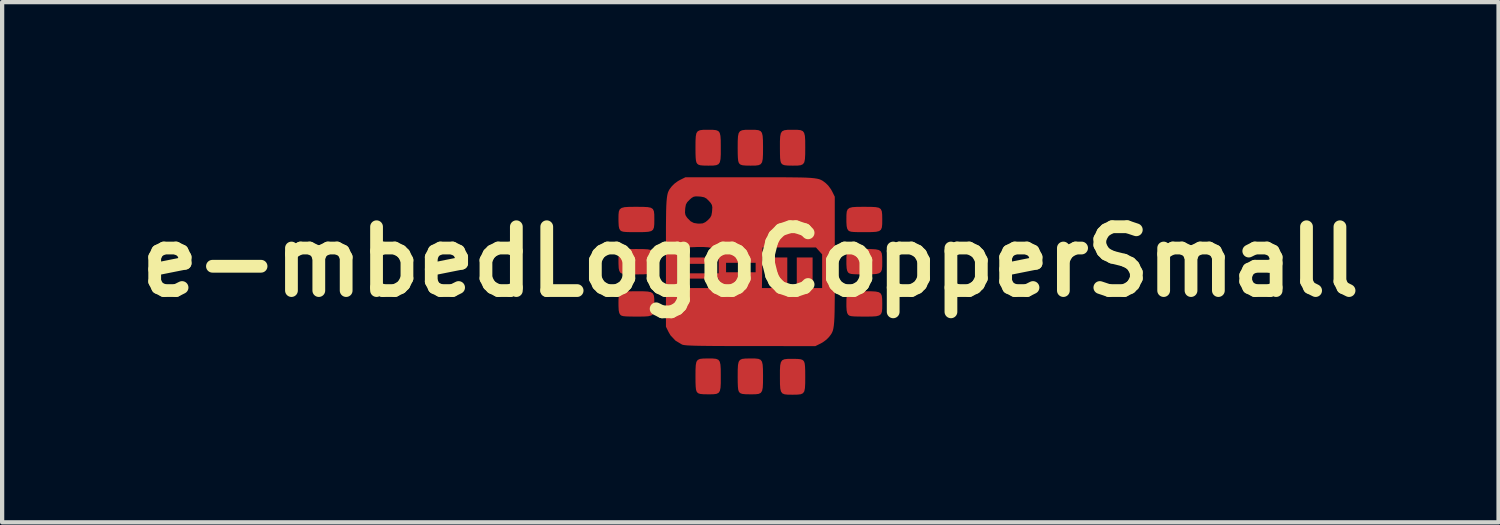
<source format=kicad_pcb>
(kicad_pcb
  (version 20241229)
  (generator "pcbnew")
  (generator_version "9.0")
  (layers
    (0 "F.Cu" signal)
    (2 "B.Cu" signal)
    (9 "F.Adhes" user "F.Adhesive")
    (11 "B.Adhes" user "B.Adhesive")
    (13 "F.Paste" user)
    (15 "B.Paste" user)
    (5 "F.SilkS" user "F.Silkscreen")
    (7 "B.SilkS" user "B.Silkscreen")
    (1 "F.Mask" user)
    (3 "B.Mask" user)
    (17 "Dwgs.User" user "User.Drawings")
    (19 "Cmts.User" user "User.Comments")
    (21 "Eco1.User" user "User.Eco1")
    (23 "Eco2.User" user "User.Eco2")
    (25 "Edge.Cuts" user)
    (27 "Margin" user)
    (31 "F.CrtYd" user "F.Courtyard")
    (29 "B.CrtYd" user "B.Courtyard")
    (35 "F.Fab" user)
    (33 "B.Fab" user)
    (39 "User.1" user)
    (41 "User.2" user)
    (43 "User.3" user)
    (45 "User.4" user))
  (footprint "e-mbedLogoCopperSmall"
    (layer "F.Cu")
    (at 14.586 3.101)
    (property "Reference" "e-mbedLogoCopperSmall" (at 0 0 0) (layer "F.SilkS") (effects (font (size 1.5 1.5) (thickness 0.3))))
    (attr board_only exclude_from_pos_files exclude_from_bom)
    (fp_poly (pts (xy -0.967 -0.025) (xy -0.967 0.05) (xy -1.228 0.05) (xy -1.488 0.05) (xy -1.488 -0.025) (xy -1.488 -0.099) (xy -1.228 -0.099) (xy -0.967 -0.099)) (stroke (width 0) (type solid)) (fill yes) (layer "F.Cu"))
    (fp_poly (pts (xy -2.521 -1.289) (xy -2.411 -1.283) (xy -2.337 -1.268) (xy -2.291 -1.237) (xy -2.267 -1.186) (xy -2.258 -1.11) (xy -2.257 -1.003) (xy -2.257 -0.988) (xy -2.258 -0.882) (xy -2.266 -0.805) (xy -2.288 -0.752) (xy -2.33 -0.72) (xy -2.4 -0.703) (xy -2.505 -0.696) (xy -2.651 -0.695) (xy -2.683 -0.695) (xy -2.821 -0.695) (xy -2.917 -0.698) (xy -2.982 -0.704) (xy -3.023 -0.715) (xy -3.05 -0.731) (xy -3.059 -0.74) (xy -3.081 -0.777) (xy -3.094 -0.838) (xy -3.099 -0.932) (xy -3.1 -0.996) (xy -3.099 -1.103) (xy -3.091 -1.18) (xy -3.069 -1.232) (xy -3.026 -1.264) (xy -2.956 -1.282) (xy -2.852 -1.289) (xy -2.705 -1.29) (xy -2.674 -1.29)) (stroke (width 0) (type solid)) (fill yes) (layer "F.Cu"))
    (fp_poly (pts (xy -2.521 -0.297) (xy -2.411 -0.291) (xy -2.337 -0.275) (xy -2.291 -0.244) (xy -2.267 -0.194) (xy -2.258 -0.117) (xy -2.257 -0.011) (xy -2.257 0.004) (xy -2.258 0.111) (xy -2.266 0.188) (xy -2.288 0.24) (xy -2.33 0.272) (xy -2.4 0.289) (xy -2.505 0.296) (xy -2.651 0.298) (xy -2.683 0.298) (xy -2.821 0.297) (xy -2.917 0.294) (xy -2.982 0.288) (xy -3.023 0.277) (xy -3.05 0.262) (xy -3.059 0.252) (xy -3.081 0.215) (xy -3.094 0.154) (xy -3.099 0.06) (xy -3.1 -0.004) (xy -3.099 -0.111) (xy -3.091 -0.188) (xy -3.069 -0.24) (xy -3.026 -0.272) (xy -2.956 -0.289) (xy -2.852 -0.296) (xy -2.705 -0.298) (xy -2.674 -0.298)) (stroke (width 0) (type solid)) (fill yes) (layer "F.Cu"))
    (fp_poly (pts (xy -2.521 0.695) (xy -2.411 0.701) (xy -2.337 0.717) (xy -2.291 0.748) (xy -2.267 0.799) (xy -2.258 0.875) (xy -2.257 0.981) (xy -2.257 0.996) (xy -2.258 1.103) (xy -2.266 1.18) (xy -2.288 1.232) (xy -2.33 1.264) (xy -2.4 1.282) (xy -2.505 1.289) (xy -2.651 1.29) (xy -2.683 1.29) (xy -2.821 1.289) (xy -2.917 1.286) (xy -2.982 1.28) (xy -3.023 1.27) (xy -3.05 1.254) (xy -3.059 1.244) (xy -3.081 1.207) (xy -3.094 1.146) (xy -3.099 1.053) (xy -3.1 0.988) (xy -3.099 0.882) (xy -3.091 0.805) (xy -3.069 0.752) (xy -3.026 0.72) (xy -2.956 0.703) (xy -2.852 0.696) (xy -2.705 0.695) (xy -2.674 0.695)) (stroke (width 0) (type solid)) (fill yes) (layer "F.Cu"))
    (fp_poly (pts (xy -0.882 -3.1) (xy -0.805 -3.092) (xy -0.752 -3.07) (xy -0.72 -3.028) (xy -0.703 -2.957) (xy -0.696 -2.853) (xy -0.695 -2.706) (xy -0.695 -2.675) (xy -0.695 -2.523) (xy -0.701 -2.413) (xy -0.717 -2.338) (xy -0.748 -2.293) (xy -0.799 -2.269) (xy -0.875 -2.259) (xy -0.981 -2.258) (xy -0.996 -2.258) (xy -1.106 -2.26) (xy -1.177 -2.267) (xy -1.221 -2.281) (xy -1.249 -2.303) (xy -1.266 -2.33) (xy -1.278 -2.372) (xy -1.285 -2.438) (xy -1.289 -2.536) (xy -1.29 -2.675) (xy -1.29 -2.684) (xy -1.289 -2.836) (xy -1.283 -2.946) (xy -1.268 -3.021) (xy -1.237 -3.066) (xy -1.186 -3.09) (xy -1.11 -3.1) (xy -1.003 -3.101) (xy -0.988 -3.101)) (stroke (width 0) (type solid)) (fill yes) (layer "F.Cu"))
    (fp_poly (pts (xy -0.882 2.275) (xy -0.805 2.283) (xy -0.752 2.305) (xy -0.72 2.348) (xy -0.703 2.418) (xy -0.696 2.522) (xy -0.695 2.669) (xy -0.695 2.7) (xy -0.695 2.853) (xy -0.701 2.963) (xy -0.717 3.037) (xy -0.748 3.083) (xy -0.799 3.107) (xy -0.875 3.116) (xy -0.981 3.117) (xy -0.996 3.117) (xy -1.106 3.115) (xy -1.177 3.108) (xy -1.221 3.094) (xy -1.249 3.072) (xy -1.266 3.045) (xy -1.278 3.003) (xy -1.285 2.937) (xy -1.289 2.839) (xy -1.29 2.7) (xy -1.29 2.691) (xy -1.289 2.539) (xy -1.283 2.429) (xy -1.268 2.354) (xy -1.237 2.309) (xy -1.186 2.285) (xy -1.11 2.276) (xy -1.003 2.274) (xy -0.988 2.274)) (stroke (width 0) (type solid)) (fill yes) (layer "F.Cu"))
    (fp_poly (pts (xy 0.111 -3.1) (xy 0.188 -3.092) (xy 0.24 -3.07) (xy 0.272 -3.028) (xy 0.289 -2.957) (xy 0.296 -2.853) (xy 0.298 -2.706) (xy 0.298 -2.675) (xy 0.297 -2.523) (xy 0.291 -2.413) (xy 0.275 -2.338) (xy 0.244 -2.293) (xy 0.194 -2.269) (xy 0.117 -2.259) (xy 0.011 -2.258) (xy -0.004 -2.258) (xy -0.114 -2.26) (xy -0.185 -2.267) (xy -0.229 -2.281) (xy -0.257 -2.303) (xy -0.274 -2.33) (xy -0.286 -2.372) (xy -0.293 -2.438) (xy -0.297 -2.536) (xy -0.298 -2.675) (xy -0.298 -2.684) (xy -0.297 -2.836) (xy -0.291 -2.946) (xy -0.275 -3.021) (xy -0.244 -3.066) (xy -0.194 -3.09) (xy -0.117 -3.1) (xy -0.011 -3.101) (xy 0.004 -3.101)) (stroke (width 0) (type solid)) (fill yes) (layer "F.Cu"))
    (fp_poly (pts (xy 0.111 2.275) (xy 0.188 2.283) (xy 0.24 2.305) (xy 0.272 2.348) (xy 0.289 2.418) (xy 0.296 2.522) (xy 0.298 2.669) (xy 0.298 2.7) (xy 0.297 2.853) (xy 0.291 2.963) (xy 0.275 3.037) (xy 0.244 3.083) (xy 0.194 3.107) (xy 0.117 3.116) (xy 0.011 3.117) (xy -0.004 3.117) (xy -0.114 3.115) (xy -0.185 3.108) (xy -0.229 3.094) (xy -0.257 3.072) (xy -0.274 3.045) (xy -0.286 3.003) (xy -0.293 2.937) (xy -0.297 2.839) (xy -0.298 2.7) (xy -0.298 2.691) (xy -0.297 2.539) (xy -0.291 2.429) (xy -0.275 2.354) (xy -0.244 2.309) (xy -0.194 2.285) (xy -0.117 2.276) (xy -0.011 2.274) (xy 0.004 2.274)) (stroke (width 0) (type solid)) (fill yes) (layer "F.Cu"))
    (fp_poly (pts (xy 0.882 3.125) (xy 0.805 3.117) (xy 0.752 3.095) (xy 0.72 3.052) (xy 0.703 2.982) (xy 0.696 2.878) (xy 0.695 2.731) (xy 0.695 2.7) (xy 0.695 2.547) (xy 0.701 2.437) (xy 0.717 2.363) (xy 0.748 2.317) (xy 0.799 2.293) (xy 0.875 2.284) (xy 0.981 2.283) (xy 0.996 2.283) (xy 1.106 2.285) (xy 1.177 2.292) (xy 1.221 2.306) (xy 1.249 2.328) (xy 1.266 2.355) (xy 1.278 2.397) (xy 1.285 2.463) (xy 1.289 2.561) (xy 1.29 2.7) (xy 1.29 2.709) (xy 1.289 2.861) (xy 1.283 2.971) (xy 1.268 3.046) (xy 1.237 3.091) (xy 1.186 3.115) (xy 1.11 3.124) (xy 1.003 3.126) (xy 0.988 3.126)) (stroke (width 0) (type solid)) (fill yes) (layer "F.Cu"))
    (fp_poly (pts (xy 1.103 -3.1) (xy 1.18 -3.092) (xy 1.232 -3.07) (xy 1.264 -3.028) (xy 1.282 -2.957) (xy 1.289 -2.853) (xy 1.29 -2.706) (xy 1.29 -2.675) (xy 1.289 -2.523) (xy 1.283 -2.413) (xy 1.268 -2.338) (xy 1.237 -2.293) (xy 1.186 -2.269) (xy 1.11 -2.259) (xy 1.003 -2.258) (xy 0.988 -2.258) (xy 0.879 -2.26) (xy 0.808 -2.267) (xy 0.763 -2.281) (xy 0.736 -2.303) (xy 0.718 -2.33) (xy 0.707 -2.372) (xy 0.699 -2.438) (xy 0.696 -2.536) (xy 0.695 -2.675) (xy 0.695 -2.684) (xy 0.695 -2.836) (xy 0.701 -2.946) (xy 0.717 -3.021) (xy 0.748 -3.066) (xy 0.799 -3.09) (xy 0.875 -3.1) (xy 0.981 -3.101) (xy 0.996 -3.101)) (stroke (width 0) (type solid)) (fill yes) (layer "F.Cu"))
    (fp_poly (pts (xy 2.835 -1.289) (xy 2.945 -1.283) (xy 3.02 -1.268) (xy 3.065 -1.237) (xy 3.089 -1.186) (xy 3.098 -1.11) (xy 3.1 -1.003) (xy 3.1 -0.988) (xy 3.099 -0.882) (xy 3.091 -0.805) (xy 3.069 -0.752) (xy 3.026 -0.72) (xy 2.956 -0.703) (xy 2.852 -0.696) (xy 2.705 -0.695) (xy 2.674 -0.695) (xy 2.536 -0.695) (xy 2.439 -0.698) (xy 2.374 -0.704) (xy 2.333 -0.715) (xy 2.307 -0.731) (xy 2.298 -0.74) (xy 2.276 -0.777) (xy 2.263 -0.838) (xy 2.257 -0.932) (xy 2.257 -0.996) (xy 2.258 -1.103) (xy 2.266 -1.18) (xy 2.288 -1.232) (xy 2.33 -1.264) (xy 2.4 -1.282) (xy 2.505 -1.289) (xy 2.651 -1.29) (xy 2.683 -1.29)) (stroke (width 0) (type solid)) (fill yes) (layer "F.Cu"))
    (fp_poly (pts (xy 2.835 -0.297) (xy 2.945 -0.291) (xy 3.02 -0.275) (xy 3.065 -0.244) (xy 3.089 -0.194) (xy 3.098 -0.117) (xy 3.1 -0.011) (xy 3.1 0.004) (xy 3.099 0.111) (xy 3.091 0.188) (xy 3.069 0.24) (xy 3.026 0.272) (xy 2.956 0.289) (xy 2.852 0.296) (xy 2.705 0.298) (xy 2.674 0.298) (xy 2.536 0.297) (xy 2.439 0.294) (xy 2.374 0.288) (xy 2.333 0.277) (xy 2.307 0.262) (xy 2.298 0.252) (xy 2.276 0.215) (xy 2.263 0.154) (xy 2.257 0.06) (xy 2.257 -0.004) (xy 2.258 -0.111) (xy 2.266 -0.188) (xy 2.288 -0.24) (xy 2.33 -0.272) (xy 2.4 -0.289) (xy 2.505 -0.296) (xy 2.651 -0.298) (xy 2.683 -0.298)) (stroke (width 0) (type solid)) (fill yes) (layer "F.Cu"))
    (fp_poly (pts (xy 2.835 0.695) (xy 2.945 0.701) (xy 3.02 0.717) (xy 3.065 0.748) (xy 3.089 0.799) (xy 3.098 0.875) (xy 3.1 0.981) (xy 3.1 0.996) (xy 3.099 1.103) (xy 3.091 1.18) (xy 3.069 1.232) (xy 3.026 1.264) (xy 2.956 1.282) (xy 2.852 1.289) (xy 2.705 1.29) (xy 2.674 1.29) (xy 2.536 1.289) (xy 2.439 1.286) (xy 2.374 1.28) (xy 2.333 1.27) (xy 2.307 1.254) (xy 2.298 1.244) (xy 2.276 1.207) (xy 2.263 1.146) (xy 2.257 1.053) (xy 2.257 0.988) (xy 2.258 0.882) (xy 2.266 0.805) (xy 2.288 0.752) (xy 2.33 0.72) (xy 2.4 0.703) (xy 2.505 0.696) (xy 2.651 0.695) (xy 2.683 0.695)) (stroke (width 0) (type solid)) (fill yes) (layer "F.Cu"))
    (fp_poly (pts (xy 0.588 -1.984) (xy 0.821 -1.984) (xy 1.017 -1.982) (xy 1.178 -1.98) (xy 1.31 -1.976) (xy 1.415 -1.97) (xy 1.499 -1.962) (xy 1.564 -1.952) (xy 1.616 -1.94) (xy 1.657 -1.924) (xy 1.692 -1.906) (xy 1.725 -1.883) (xy 1.759 -1.857) (xy 1.772 -1.847) (xy 1.833 -1.786) (xy 1.894 -1.703) (xy 1.921 -1.655) (xy 1.984 -1.528) (xy 1.984 -0.007) (xy 1.984 0.314) (xy 1.984 0.588) (xy 1.984 0.821) (xy 1.982 1.017) (xy 1.98 1.178) (xy 1.976 1.31) (xy 1.97 1.415) (xy 1.962 1.499) (xy 1.952 1.564) (xy 1.94 1.616) (xy 1.924 1.657) (xy 1.906 1.692) (xy 1.883 1.725) (xy 1.857 1.759) (xy 1.847 1.772) (xy 1.786 1.833) (xy 1.703 1.894) (xy 1.655 1.921) (xy 1.528 1.984) (xy 0.001 1.983) (xy -0.322 1.983) (xy -0.599 1.982) (xy -0.833 1.981) (xy -1.029 1.979) (xy -1.189 1.977) (xy -1.318 1.974) (xy -1.418 1.97) (xy -1.494 1.966) (xy -1.548 1.96) (xy -1.585 1.954) (xy -1.606 1.947) (xy -1.759 1.856) (xy -1.876 1.732) (xy -1.921 1.655) (xy -1.984 1.528) (xy -1.984 0.151) (xy -1.712 0.151) (xy -1.712 0.475) (xy -1.639 0.548) (xy -1.567 0.62) (xy -1.155 0.62) (xy -0.744 0.62) (xy 0.272 0.62) (xy 0.384 0.62) (xy 0.496 0.62) (xy 0.496 0.26) (xy 0.496 -0.099) (xy 0.682 -0.099) (xy 0.868 -0.099) (xy 0.868 0.26) (xy 0.868 0.62) (xy 0.98 0.62) (xy 1.091 0.62) (xy 1.091 0.26) (xy 1.091 -0.099) (xy 1.277 -0.099) (xy 1.463 -0.099) (xy 1.463 0.26) (xy 1.463 0.62) (xy 1.575 0.62) (xy 1.687 0.62) (xy 1.687 0.224) (xy 1.687 -0.173) (xy 1.614 -0.254) (xy 1.542 -0.335) (xy 0.914 -0.335) (xy 0.285 -0.335) (xy 0.279 0.143) (xy 0.272 0.62) (xy -0.744 0.62) (xy -0.744 0.508) (xy -0.744 0.397) (xy -1.116 0.397) (xy -1.488 0.397) (xy -1.488 0.335) (xy -1.488 0.273) (xy -1.116 0.273) (xy -0.744 0.273) (xy -0.744 0.136) (xy -0.571 0.136) (xy -0.571 0.248) (xy -0.223 0.248) (xy 0.124 0.248) (xy 0.124 0.136) (xy 0.124 0.025) (xy -0.223 0.025) (xy -0.571 0.025) (xy -0.571 0.136) (xy -0.744 0.136) (xy -0.744 0.036) (xy -0.745 -0.076) (xy -0.75 -0.151) (xy -0.761 -0.199) (xy -0.78 -0.234) (xy -0.803 -0.26) (xy -0.852 -0.298) (xy -0.913 -0.324) (xy -0.997 -0.339) (xy -1.111 -0.346) (xy -1.264 -0.345) (xy -1.302 -0.343) (xy -1.42 -0.339) (xy -1.499 -0.333) (xy -1.551 -0.323) (xy -1.586 -0.306) (xy -1.617 -0.278) (xy -1.639 -0.254) (xy -1.669 -0.219) (xy -1.689 -0.187) (xy -1.701 -0.148) (xy -1.708 -0.091) (xy -1.711 -0.006) (xy -1.712 0.116) (xy -1.712 0.151) (xy -1.984 0.151) (xy -1.984 0.007) (xy -1.984 -0.314) (xy -1.984 -0.588) (xy -1.984 -0.821) (xy -1.982 -1.017) (xy -1.98 -1.153) (xy -1.536 -1.153) (xy -1.525 -1.096) (xy -1.495 -1.046) (xy -1.474 -1.02) (xy -1.403 -0.949) (xy -1.327 -0.91) (xy -1.228 -0.895) (xy -1.196 -0.895) (xy -1.119 -0.901) (xy -1.057 -0.93) (xy -1 -0.976) (xy -0.946 -1.033) (xy -0.916 -1.088) (xy -0.902 -1.164) (xy -0.899 -1.196) (xy -0.894 -1.279) (xy -0.904 -1.333) (xy -0.933 -1.382) (xy -0.973 -1.427) (xy -1.031 -1.484) (xy -1.086 -1.514) (xy -1.16 -1.529) (xy -1.196 -1.532) (xy -1.279 -1.536) (xy -1.333 -1.527) (xy -1.382 -1.498) (xy -1.427 -1.458) (xy -1.484 -1.399) (xy -1.515 -1.343) (xy -1.529 -1.267) (xy -1.532 -1.237) (xy -1.536 -1.153) (xy -1.98 -1.153) (xy -1.98 -1.178) (xy -1.976 -1.31) (xy -1.97 -1.415) (xy -1.962 -1.499) (xy -1.952 -1.564) (xy -1.94 -1.616) (xy -1.924 -1.657) (xy -1.906 -1.692) (xy -1.883 -1.725) (xy -1.857 -1.759) (xy -1.847 -1.772) (xy -1.786 -1.833) (xy -1.703 -1.894) (xy -1.655 -1.921) (xy -1.528 -1.984) (xy -0.007 -1.984) (xy 0.314 -1.984)) (stroke (width 0) (type solid)) (fill yes) (layer "F.Cu")))
  (gr_rect
    (start -3 -3)
    (end 32.171 9.227)
    (stroke (width 0.1) (type default))
    (fill no)
    (layer "Edge.Cuts")))
</source>
